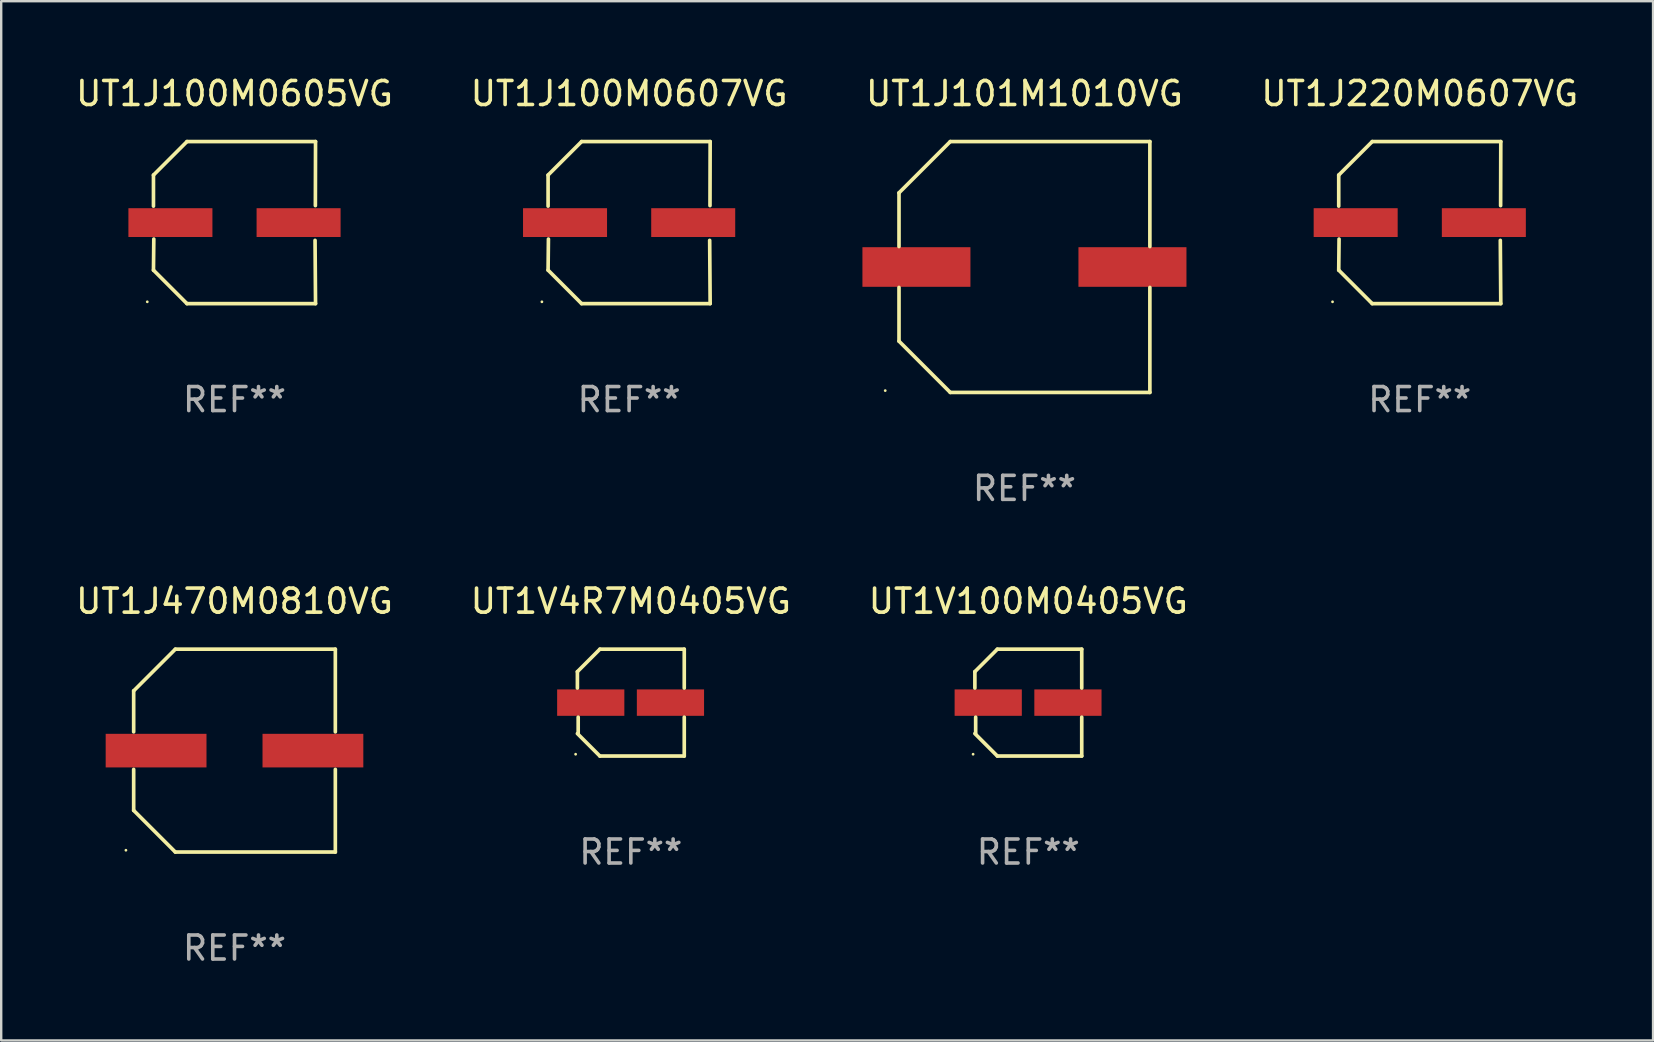
<source format=kicad_pcb>
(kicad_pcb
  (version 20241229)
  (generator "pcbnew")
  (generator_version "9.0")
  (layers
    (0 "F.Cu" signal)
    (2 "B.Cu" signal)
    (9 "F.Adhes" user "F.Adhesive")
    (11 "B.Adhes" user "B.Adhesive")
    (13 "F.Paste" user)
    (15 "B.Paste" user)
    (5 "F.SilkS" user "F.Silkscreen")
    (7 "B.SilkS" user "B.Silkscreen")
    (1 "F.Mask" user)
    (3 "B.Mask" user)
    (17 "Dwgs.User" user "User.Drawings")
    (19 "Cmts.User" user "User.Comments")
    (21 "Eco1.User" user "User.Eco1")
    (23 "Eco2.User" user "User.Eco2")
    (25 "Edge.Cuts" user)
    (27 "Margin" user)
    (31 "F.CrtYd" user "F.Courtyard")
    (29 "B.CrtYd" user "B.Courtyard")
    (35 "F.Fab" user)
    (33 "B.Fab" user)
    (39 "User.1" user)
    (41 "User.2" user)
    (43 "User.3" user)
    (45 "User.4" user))
  (footprint "UT1V100M0405VG"
    (layer "F.Cu")
    (at 39.792 26.223)
    (property "Reference" "UT1V100M0405VG" (at 0 -4.226 0) (layer "F.SilkS") (effects (font (size 1 1) (thickness 0.15))))
    (attr through_hole)
    (fp_line (start -2.226 -1.29) (end -2.226 -0.607) (stroke (width 0.152) (type solid)) (layer "F.SilkS"))
    (fp_line (start -2.193 1.29) (end -2.193 0.607) (stroke (width 0.152) (type solid)) (layer "F.SilkS"))
    (fp_line (start -1.29 2.226) (end -2.226 1.29) (stroke (width 0.152) (type solid)) (layer "F.SilkS"))
    (fp_line (start -1.29 -2.226) (end -2.226 -1.29) (stroke (width 0.152) (type solid)) (layer "F.SilkS"))
    (fp_line (start 2.226 -2.226) (end -1.29 -2.226) (stroke (width 0.152) (type solid)) (layer "F.SilkS"))
    (fp_line (start 2.226 -0.607) (end 2.226 -2.226) (stroke (width 0.152) (type solid)) (layer "F.SilkS"))
    (fp_line (start 2.226 0.607) (end 2.226 2.226) (stroke (width 0.152) (type solid)) (layer "F.SilkS"))
    (fp_line (start 2.226 2.226) (end -1.29 2.226) (stroke (width 0.152) (type solid)) (layer "F.SilkS"))
    (fp_circle (center -2.3 2.15) (end -2.27 2.15) (stroke (width 0.06) (type solid)) (fill no) (layer "F.SilkS"))
    (fp_text user "REF**" (at 0 6.226 0) (layer "F.Fab") (effects (font (size 1 1) (thickness 0.15))))
    (pad "1" smd rect (at -1.67 -0.000025) (size 2.8 1.1) (layers "F.Cu" "F.Mask" "F.Paste"))
    (pad "2" smd rect (at 1.651 -0.000025) (size 2.8 1.1) (layers "F.Cu" "F.Mask" "F.Paste")))
  (footprint "UT1J101M1010VG"
    (layer "F.Cu")
    (at 39.631 8.074)
    (property "Reference" "UT1J101M1010VG" (at 0 -7.226 0) (layer "F.SilkS") (effects (font (size 1 1) (thickness 0.15))))
    (attr through_hole)
    (fp_line (start -5.226 -3.09) (end -5.226 -0.852) (stroke (width 0.152) (type solid)) (layer "F.SilkS"))
    (fp_line (start -5.226 3.09) (end -5.226 0.852) (stroke (width 0.152) (type solid)) (layer "F.SilkS"))
    (fp_line (start -3.09 -5.226) (end -5.226 -3.09) (stroke (width 0.152) (type solid)) (layer "F.SilkS"))
    (fp_line (start -3.09 5.226) (end -5.226 3.09) (stroke (width 0.152) (type solid)) (layer "F.SilkS"))
    (fp_line (start 5.226 -5.226) (end -3.09 -5.226) (stroke (width 0.152) (type solid)) (layer "F.SilkS"))
    (fp_line (start 5.226 -0.852) (end 5.226 -5.226) (stroke (width 0.152) (type solid)) (layer "F.SilkS"))
    (fp_line (start 5.226 0.852) (end 5.226 5.226) (stroke (width 0.152) (type solid)) (layer "F.SilkS"))
    (fp_line (start 5.226 5.226) (end -3.09 5.226) (stroke (width 0.152) (type solid)) (layer "F.SilkS"))
    (fp_circle (center -5.8 5.15) (end -5.77 5.15) (stroke (width 0.06) (type solid)) (fill no) (layer "F.SilkS"))
    (fp_text user "REF**" (at 0 9.226 0) (layer "F.Fab") (effects (font (size 1 1) (thickness 0.15))))
    (pad "1" smd rect (at -4.5 0) (size 4.5 1.65) (layers "F.Cu" "F.Mask" "F.Paste"))
    (pad "2" smd rect (at 4.5 0) (size 4.5 1.65) (layers "F.Cu" "F.Mask" "F.Paste")))
  (footprint "UT1J100M0605VG"
    (layer "F.Cu")
    (at 6.72 6.224)
    (property "Reference" "UT1J100M0605VG" (at 0 -5.376 0) (layer "F.SilkS") (effects (font (size 1 1) (thickness 0.15))))
    (attr through_hole)
    (fp_line (start -3.376 -1.98) (end -3.376 -0.686) (stroke (width 0.152) (type solid)) (layer "F.SilkS"))
    (fp_line (start -3.376 1.981) (end -3.362 0.686) (stroke (width 0.152) (type solid)) (layer "F.SilkS"))
    (fp_line (start -1.981 3.376) (end -3.376 1.981) (stroke (width 0.152) (type solid)) (layer "F.SilkS"))
    (fp_line (start -1.98 -3.376) (end -3.376 -1.98) (stroke (width 0.152) (type solid)) (layer "F.SilkS"))
    (fp_line (start 3.356 0.74) (end 3.376 3.376) (stroke (width 0.152) (type solid)) (layer "F.SilkS"))
    (fp_line (start 3.369 -0.707) (end 3.376 -3.376) (stroke (width 0.152) (type solid)) (layer "F.SilkS"))
    (fp_line (start 3.376 3.376) (end -1.981 3.376) (stroke (width 0.152) (type solid)) (layer "F.SilkS"))
    (fp_line (start 3.376 -3.376) (end -1.98 -3.376) (stroke (width 0.152) (type solid)) (layer "F.SilkS"))
    (fp_circle (center -3.634 3.3) (end -3.604 3.3) (stroke (width 0.06) (type solid)) (fill no) (layer "F.SilkS"))
    (fp_text user "REF**" (at 0 7.376 0) (layer "F.Fab") (effects (font (size 1 1) (thickness 0.15))))
    (pad "1" smd rect (at -2.67 0.000254) (size 3.5 1.2) (layers "F.Cu" "F.Mask" "F.Paste"))
    (pad "2" smd rect (at 2.67 0.000254) (size 3.5 1.2) (layers "F.Cu" "F.Mask" "F.Paste")))
  (footprint "UT1V4R7M0405VG"
    (layer "F.Cu")
    (at 23.232 26.223)
    (property "Reference" "UT1V4R7M0405VG" (at 0 -4.226 0) (layer "F.SilkS") (effects (font (size 1 1) (thickness 0.15))))
    (attr through_hole)
    (fp_line (start -2.226 -1.29) (end -2.226 -0.607) (stroke (width 0.152) (type solid)) (layer "F.SilkS"))
    (fp_line (start -2.193 1.29) (end -2.193 0.607) (stroke (width 0.152) (type solid)) (layer "F.SilkS"))
    (fp_line (start -1.29 2.226) (end -2.226 1.29) (stroke (width 0.152) (type solid)) (layer "F.SilkS"))
    (fp_line (start -1.29 -2.226) (end -2.226 -1.29) (stroke (width 0.152) (type solid)) (layer "F.SilkS"))
    (fp_line (start 2.226 -2.226) (end -1.29 -2.226) (stroke (width 0.152) (type solid)) (layer "F.SilkS"))
    (fp_line (start 2.226 -0.607) (end 2.226 -2.226) (stroke (width 0.152) (type solid)) (layer "F.SilkS"))
    (fp_line (start 2.226 0.607) (end 2.226 2.226) (stroke (width 0.152) (type solid)) (layer "F.SilkS"))
    (fp_line (start 2.226 2.226) (end -1.29 2.226) (stroke (width 0.152) (type solid)) (layer "F.SilkS"))
    (fp_circle (center -2.3 2.15) (end -2.27 2.15) (stroke (width 0.06) (type solid)) (fill no) (layer "F.SilkS"))
    (fp_text user "REF**" (at 0 6.226 0) (layer "F.Fab") (effects (font (size 1 1) (thickness 0.15))))
    (pad "1" smd rect (at -1.67 -0.000025) (size 2.8 1.1) (layers "F.Cu" "F.Mask" "F.Paste"))
    (pad "2" smd rect (at 1.651 -0.000025) (size 2.8 1.1) (layers "F.Cu" "F.Mask" "F.Paste")))
  (footprint "UT1J100M0607VG"
    (layer "F.Cu")
    (at 23.161 6.224)
    (property "Reference" "UT1J100M0607VG" (at 0 -5.376 0) (layer "F.SilkS") (effects (font (size 1 1) (thickness 0.15))))
    (attr through_hole)
    (fp_line (start -3.376 -1.98) (end -3.376 -0.686) (stroke (width 0.152) (type solid)) (layer "F.SilkS"))
    (fp_line (start -3.376 1.981) (end -3.362 0.686) (stroke (width 0.152) (type solid)) (layer "F.SilkS"))
    (fp_line (start -1.981 3.376) (end -3.376 1.981) (stroke (width 0.152) (type solid)) (layer "F.SilkS"))
    (fp_line (start -1.98 -3.376) (end -3.376 -1.98) (stroke (width 0.152) (type solid)) (layer "F.SilkS"))
    (fp_line (start 3.356 0.74) (end 3.376 3.376) (stroke (width 0.152) (type solid)) (layer "F.SilkS"))
    (fp_line (start 3.369 -0.707) (end 3.376 -3.376) (stroke (width 0.152) (type solid)) (layer "F.SilkS"))
    (fp_line (start 3.376 3.376) (end -1.981 3.376) (stroke (width 0.152) (type solid)) (layer "F.SilkS"))
    (fp_line (start 3.376 -3.376) (end -1.98 -3.376) (stroke (width 0.152) (type solid)) (layer "F.SilkS"))
    (fp_circle (center -3.634 3.3) (end -3.604 3.3) (stroke (width 0.06) (type solid)) (fill no) (layer "F.SilkS"))
    (fp_text user "REF**" (at 0 7.376 0) (layer "F.Fab") (effects (font (size 1 1) (thickness 0.15))))
    (pad "1" smd rect (at -2.67 0.000254) (size 3.5 1.2) (layers "F.Cu" "F.Mask" "F.Paste"))
    (pad "2" smd rect (at 2.67 0.000254) (size 3.5 1.2) (layers "F.Cu" "F.Mask" "F.Paste")))
  (footprint "UT1J220M0607VG"
    (layer "F.Cu")
    (at 56.101 6.224)
    (property "Reference" "UT1J220M0607VG" (at 0 -5.376 0) (layer "F.SilkS") (effects (font (size 1 1) (thickness 0.15))))
    (attr through_hole)
    (fp_line (start -3.376 -1.98) (end -3.376 -0.686) (stroke (width 0.152) (type solid)) (layer "F.SilkS"))
    (fp_line (start -3.376 1.981) (end -3.362 0.686) (stroke (width 0.152) (type solid)) (layer "F.SilkS"))
    (fp_line (start -1.981 3.376) (end -3.376 1.981) (stroke (width 0.152) (type solid)) (layer "F.SilkS"))
    (fp_line (start -1.98 -3.376) (end -3.376 -1.98) (stroke (width 0.152) (type solid)) (layer "F.SilkS"))
    (fp_line (start 3.356 0.74) (end 3.376 3.376) (stroke (width 0.152) (type solid)) (layer "F.SilkS"))
    (fp_line (start 3.369 -0.707) (end 3.376 -3.376) (stroke (width 0.152) (type solid)) (layer "F.SilkS"))
    (fp_line (start 3.376 3.376) (end -1.981 3.376) (stroke (width 0.152) (type solid)) (layer "F.SilkS"))
    (fp_line (start 3.376 -3.376) (end -1.98 -3.376) (stroke (width 0.152) (type solid)) (layer "F.SilkS"))
    (fp_circle (center -3.634 3.3) (end -3.604 3.3) (stroke (width 0.06) (type solid)) (fill no) (layer "F.SilkS"))
    (fp_text user "REF**" (at 0 7.376 0) (layer "F.Fab") (effects (font (size 1 1) (thickness 0.15))))
    (pad "1" smd rect (at -2.67 0.000254) (size 3.5 1.2) (layers "F.Cu" "F.Mask" "F.Paste"))
    (pad "2" smd rect (at 2.67 0.000254) (size 3.5 1.2) (layers "F.Cu" "F.Mask" "F.Paste")))
  (footprint "UT1J470M0810VG"
    (layer "F.Cu")
    (at 6.72 28.223)
    (property "Reference" "UT1J470M0810VG" (at 0 -6.226 0) (layer "F.SilkS") (effects (font (size 1 1) (thickness 0.15))))
    (attr through_hole)
    (fp_line (start -4.201 -2.49) (end -4.201 -0.782) (stroke (width 0.152) (type solid)) (layer "F.SilkS"))
    (fp_line (start -4.201 2.49) (end -4.201 0.782) (stroke (width 0.152) (type solid)) (layer "F.SilkS"))
    (fp_line (start -2.465 -4.226) (end -4.201 -2.49) (stroke (width 0.152) (type solid)) (layer "F.SilkS"))
    (fp_line (start -2.465 4.226) (end -4.201 2.49) (stroke (width 0.152) (type solid)) (layer "F.SilkS"))
    (fp_line (start 4.201 -4.226) (end -2.465 -4.226) (stroke (width 0.152) (type solid)) (layer "F.SilkS"))
    (fp_line (start 4.201 -0.782) (end 4.201 -4.226) (stroke (width 0.152) (type solid)) (layer "F.SilkS"))
    (fp_line (start 4.201 0.782) (end 4.201 4.226) (stroke (width 0.152) (type solid)) (layer "F.SilkS"))
    (fp_line (start 4.201 4.226) (end -2.465 4.226) (stroke (width 0.152) (type solid)) (layer "F.SilkS"))
    (fp_circle (center -4.524 4.15) (end -4.494 4.15) (stroke (width 0.06) (type solid)) (fill no) (layer "F.SilkS"))
    (fp_text user "REF**" (at 0 8.226 0) (layer "F.Fab") (effects (font (size 1 1) (thickness 0.15))))
    (pad "1" smd rect (at -3.267 0) (size 4.2 1.4) (layers "F.Cu" "F.Mask" "F.Paste"))
    (pad "2" smd rect (at 3.267 0) (size 4.2 1.4) (layers "F.Cu" "F.Mask" "F.Paste")))
  (gr_rect
    (start -3 -3)
    (end 65.821 40.298)
    (stroke (width 0.1) (type default))
    (fill no)
    (layer "Edge.Cuts")))
</source>
